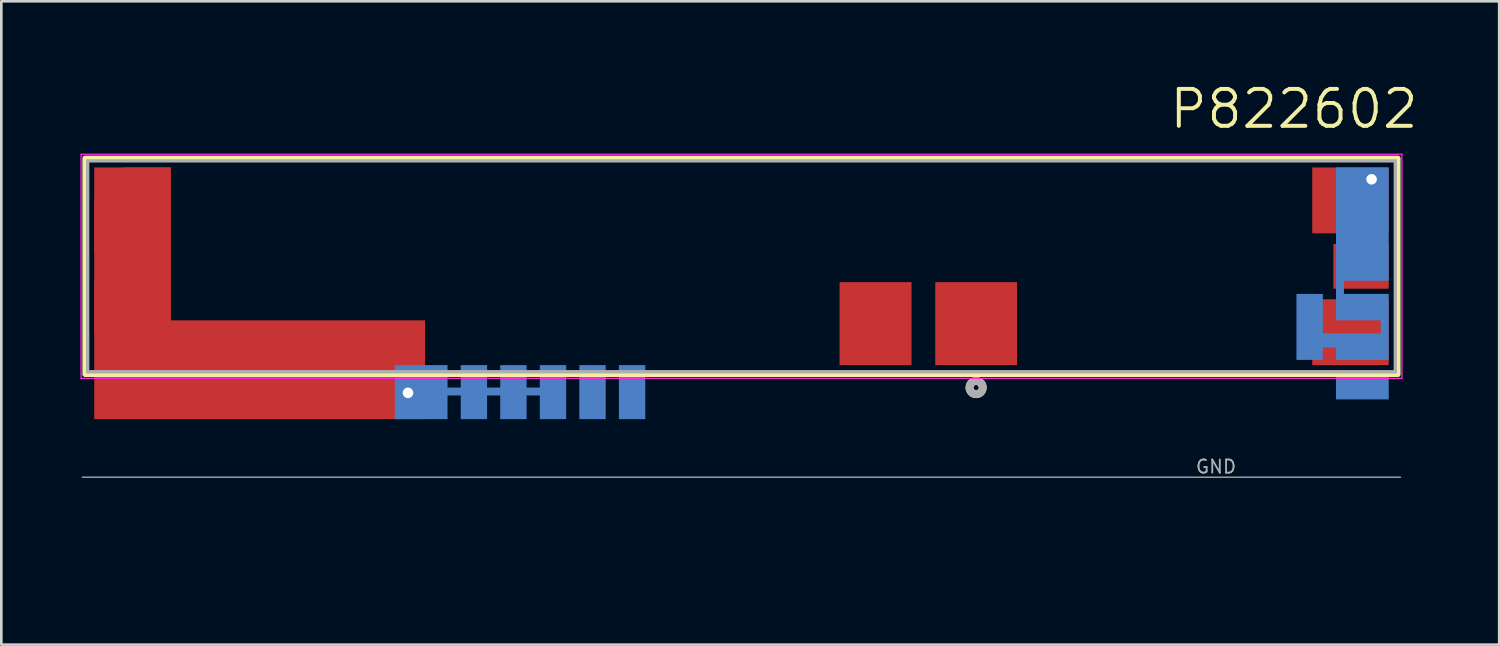
<source format=kicad_pcb>
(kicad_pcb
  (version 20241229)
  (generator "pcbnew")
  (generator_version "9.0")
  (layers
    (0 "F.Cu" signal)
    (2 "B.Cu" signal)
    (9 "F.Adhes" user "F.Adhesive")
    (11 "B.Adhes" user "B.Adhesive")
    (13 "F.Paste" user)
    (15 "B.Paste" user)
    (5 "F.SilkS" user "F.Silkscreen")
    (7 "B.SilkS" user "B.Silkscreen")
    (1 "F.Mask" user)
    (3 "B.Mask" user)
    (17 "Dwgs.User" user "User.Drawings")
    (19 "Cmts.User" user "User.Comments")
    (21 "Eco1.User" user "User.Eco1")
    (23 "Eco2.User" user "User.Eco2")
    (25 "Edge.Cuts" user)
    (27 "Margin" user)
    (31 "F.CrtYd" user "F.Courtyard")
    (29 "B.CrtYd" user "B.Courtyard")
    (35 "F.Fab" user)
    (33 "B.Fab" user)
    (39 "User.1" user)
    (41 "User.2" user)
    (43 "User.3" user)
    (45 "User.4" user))
  (footprint "P822602"
    (layer "F.Cu")
    (at 25.075 7.051)
    (property "Reference" "P822602" (at 20.955 -5.969 0) (layer "F.SilkS") (effects (font (size 1.4 1.4) (thickness 0.15))))
    (attr smd)
    (fp_poly (pts (xy -21.65 2.049) (xy -21.65 -3.75) (xy -24.551 -3.75) (xy -24.551 5.798) (xy -12.001 5.798) (xy -12.001 2.049)) (stroke (width 0) (type solid)) (fill yes) (layer "F.Cu"))
    (fp_poly (pts (xy 21.649 1.249) (xy 21.649 3.748) (xy 24.55 3.748) (xy 24.55 1.249)) (stroke (width 0) (type solid)) (fill yes) (layer "F.Mask"))
    (fp_poly (pts (xy 22.449 -0.852) (xy 22.449 0.85) (xy 24.55 0.85) (xy 24.55 -0.852)) (stroke (width 0) (type solid)) (fill yes) (layer "F.Mask"))
    (fp_poly (pts (xy 23.3 -2.65) (xy 23.3 -3.735) (xy 21.649 -3.735) (xy 21.649 -1.251) (xy 24.55 -1.251) (xy 24.55 -2.65)) (stroke (width 0) (type solid)) (fill yes) (layer "F.Mask"))
    (fp_poly (pts (xy -6.151 3.748) (xy -6.151 5.798) (xy -5.15 5.798) (xy -5.15 3.748)) (stroke (width 0) (type solid)) (fill yes) (layer "B.Cu"))
    (fp_poly (pts (xy -4.65 3.748) (xy -4.65 5.798) (xy -3.649 5.798) (xy -3.649 3.748)) (stroke (width 0) (type solid)) (fill yes) (layer "B.Cu"))
    (fp_poly (pts (xy 21.05 1.048) (xy 21.05 3.55) (xy 22.051 3.55) (xy 22.051 1.048)) (stroke (width 0) (type solid)) (fill yes) (layer "B.Cu"))
    (fp_poly (pts (xy 22.551 4.05) (xy 22.551 5.049) (xy 24.55 5.049) (xy 24.55 4.05)) (stroke (width 0) (type solid)) (fill yes) (layer "B.Cu"))
    (fp_poly (pts (xy 22.63 2.549) (xy 22.63 3.078) (xy 21.868 3.078) (xy 21.868 2.549)) (stroke (width 0) (type solid)) (fill yes) (layer "B.Cu"))
    (fp_poly (pts (xy 22.551 -3.75) (xy 22.551 2.049) (xy 24.245 2.049) (xy 24.245 2.549) (xy 22.551 2.549) (xy 22.551 3.55) (xy 24.55 3.55) (xy 24.55 1.048) (xy 22.851 1.048) (xy 22.851 0.55) (xy 24.55 0.55) (xy 24.55 -3.75)) (stroke (width 0) (type solid)) (fill yes) (layer "B.Cu"))
    (fp_poly (pts (xy -7.65 3.748) (xy -7.65 4.599) (xy -8.15 4.599) (xy -8.15 3.748) (xy -9.151 3.748) (xy -9.151 4.599) (xy -9.649 4.599) (xy -9.649 3.748) (xy -10.649 3.748) (xy -10.649 4.599) (xy -11.15 4.599) (xy -11.15 3.748) (xy -13.149 3.748) (xy -13.149 5.798) (xy -11.15 5.798) (xy -11.15 4.899) (xy -10.649 4.899) (xy -10.649 5.798) (xy -9.649 5.798) (xy -9.649 4.899) (xy -9.151 4.899) (xy -9.151 5.798) (xy -8.15 5.798) (xy -8.15 4.899) (xy -7.65 4.899) (xy -7.65 5.798) (xy -6.649 5.798) (xy -6.649 3.748)) (stroke (width 0) (type solid)) (fill yes) (layer "B.Cu"))
    (fp_rect (start -24.9 -4.1) (end 24.9 4.1) (stroke (width 0.2) (type solid)) (fill no) (layer "F.SilkS"))
    (fp_circle (center 8.9 4.6) (end 8.8 4.6) (stroke (width 0.3) (type solid)) (fill no) (layer "F.SilkS"))
    (fp_poly (pts (xy 23.3 -2.65) (xy 23.3 -3.735) (xy 21.649 -3.735) (xy 21.649 -1.251) (xy 24.55 -1.251) (xy 24.55 -2.65)) (stroke (width 0) (type solid)) (fill yes) (layer "F.Paste"))
    (fp_line (start -25.05 -4.25) (end -25.05 4.25) (stroke (width 0.05) (type solid)) (layer "F.CrtYd"))
    (fp_line (start -25.05 4.25) (end 25.05 4.25) (stroke (width 0.05) (type solid)) (layer "F.CrtYd"))
    (fp_line (start 25.05 -4.25) (end -25.05 -4.25) (stroke (width 0.05) (type solid)) (layer "F.CrtYd"))
    (fp_line (start 25.05 4.25) (end 25.05 -4.25) (stroke (width 0.05) (type solid)) (layer "F.CrtYd"))
    (fp_line (start -24.8 -4) (end -24.8 4) (stroke (width 0.127) (type solid)) (layer "F.Fab"))
    (fp_line (start -24.8 4) (end 24.8 4) (stroke (width 0.127) (type solid)) (layer "F.Fab"))
    (fp_line (start 24.8 -4) (end -24.8 -4) (stroke (width 0.127) (type solid)) (layer "F.Fab"))
    (fp_line (start 24.8 4) (end 24.8 -4) (stroke (width 0.127) (type solid)) (layer "F.Fab"))
    (fp_line (start 25 8) (end -25 8) (stroke (width 0.05) (type solid)) (layer "F.Fab"))
    (fp_circle (center 8.9 4.6) (end 8.8 4.6) (stroke (width 0.3) (type solid)) (fill no) (layer "F.Fab"))
    (fp_poly (pts (xy 3.72 3.83) (xy 3.72 8) (xy 12.5 8) (xy 12.5 6) (xy 5.76 6) (xy 5.76 3.83)) (stroke (width 0.1) (type solid)) (fill no) (layer "User.1"))
    (fp_poly (pts (xy 9.5 10.299) (xy 9.5 10.499) (xy 9 10.499) (xy 9 10.299) (xy 8.5 10.299) (xy 8.5 10.898) (xy 9 10.898) (xy 9 10.7) (xy 9.5 10.7) (xy 9.5 10.898) (xy 9.65 10.898) (xy 9.65 11.3) (xy 9.851 11.3) (xy 9.851 10.898) (xy 10.001 10.898) (xy 10.001 10.299)) (stroke (width 0.1) (type solid)) (fill no) (layer "User.2"))
    (fp_poly (pts (xy 7.349 0.598) (xy 7.349 3.799) (xy 8.251 3.799) (xy 8.251 5.699) (xy 8.649 5.699) (xy 8.649 6.9) (xy 8.5 6.9) (xy 8.5 7.5) (xy 9 7.5) (xy 9 7.299) (xy 9.5 7.299) (xy 9.5 7.5) (xy 10.001 7.5) (xy 10.001 6.9) (xy 9.5 6.9) (xy 9.5 7.098) (xy 9 7.098) (xy 9 6.9) (xy 8.85 6.9) (xy 8.85 5.699) (xy 9.249 5.699) (xy 9.249 3.799) (xy 10.45 3.799) (xy 10.45 0.598)) (stroke (width 0.1) (type solid)) (fill no) (layer "User.2"))
    (fp_poly (pts (xy 9.5 8) (xy 9.5 8.198) (xy 9 8.198) (xy 9 8) (xy 8.5 8) (xy 8.5 8.599) (xy 9 8.599) (xy 9 8.399) (xy 9.5 8.399) (xy 9.5 8.599) (xy 9.65 8.599) (xy 9.65 9.199) (xy 9.5 9.199) (xy 9.5 9.4) (xy 9 9.4) (xy 9 9.199) (xy 8.5 9.199) (xy 8.5 9.798) (xy 9 9.798) (xy 9 9.6) (xy 9.5 9.6) (xy 9.5 9.798) (xy 10.001 9.798) (xy 10.001 9.199) (xy 9.851 9.199) (xy 9.851 8.599) (xy 10.001 8.599) (xy 10.001 8)) (stroke (width 0.1) (type solid)) (fill no) (layer "User.2"))
    (fp_poly (pts (xy 8.901 7.319) (xy 8.901 7.589) (xy 8.601 7.589) (xy 8.601 7.319)) (stroke (width 0.1) (type solid)) (fill no) (layer "User.3"))
    (fp_poly (pts (xy 8.901 7.888) (xy 8.901 8.158) (xy 8.601 8.158) (xy 8.601 7.888)) (stroke (width 0.1) (type solid)) (fill no) (layer "User.3"))
    (fp_poly (pts (xy 8.901 9.631) (xy 8.901 9.9) (xy 8.601 9.9) (xy 8.601 9.631)) (stroke (width 0.1) (type solid)) (fill no) (layer "User.3"))
    (fp_poly (pts (xy 8.901 10.2) (xy 8.901 10.469) (xy 8.601 10.469) (xy 8.601 10.2)) (stroke (width 0.1) (type solid)) (fill no) (layer "User.3"))
    (fp_poly (pts (xy 10.054 7.05) (xy 10.054 7.35) (xy 9.785 7.35) (xy 9.785 7.05)) (stroke (width 0.1) (type solid)) (fill no) (layer "User.3"))
    (fp_poly (pts (xy 10.059 8.147) (xy 10.059 8.447) (xy 9.79 8.447) (xy 9.79 8.147)) (stroke (width 0.1) (type solid)) (fill no) (layer "User.3"))
    (fp_poly (pts (xy 10.059 9.349) (xy 10.059 9.649) (xy 9.79 9.649) (xy 9.79 9.349)) (stroke (width 0.1) (type solid)) (fill no) (layer "User.3"))
    (fp_poly (pts (xy 10.059 10.433) (xy 10.059 10.733) (xy 9.79 10.733) (xy 9.79 10.433)) (stroke (width 0.1) (type solid)) (fill no) (layer "User.3"))
    (fp_poly (pts (xy 10.626 7.05) (xy 10.626 7.35) (xy 10.356 7.35) (xy 10.356 7.05)) (stroke (width 0.1) (type solid)) (fill no) (layer "User.3"))
    (fp_poly (pts (xy 10.63 9.351) (xy 10.63 9.65) (xy 10.361 9.65) (xy 10.361 9.351)) (stroke (width 0.1) (type solid)) (fill no) (layer "User.3"))
    (fp_poly (pts (xy 10.63 10.435) (xy 10.63 10.735) (xy 10.361 10.735) (xy 10.361 10.435)) (stroke (width 0.1) (type solid)) (fill no) (layer "User.3"))
    (fp_poly (pts (xy 10.631 8.147) (xy 10.631 8.447) (xy 10.361 8.447) (xy 10.361 8.147)) (stroke (width 0.1) (type solid)) (fill no) (layer "User.3"))
    (fp_poly (pts (xy 3.91 8) (xy 12.5 8) (xy 12.5 6) (xy 3.91 6)) (stroke (width 0.1) (type solid)) (fill no) (layer "User.4"))
    (fp_poly (pts (xy -11.749 5.275) (xy -11.749 5.798) (xy -11.15 5.798) (xy -11.15 5.275)) (stroke (width 0.1) (type solid)) (fill no) (layer "User.5"))
    (fp_poly (pts (xy -10.649 5.275) (xy -10.649 5.798) (xy -10.05 5.798) (xy -10.05 5.275)) (stroke (width 0.1) (type solid)) (fill no) (layer "User.5"))
    (fp_poly (pts (xy -10.251 3.748) (xy -10.251 4.274) (xy -9.649 4.274) (xy -9.649 3.748)) (stroke (width 0.1) (type solid)) (fill no) (layer "User.5"))
    (fp_poly (pts (xy -9.151 3.748) (xy -9.151 4.274) (xy -8.549 4.274) (xy -8.549 3.748)) (stroke (width 0.1) (type solid)) (fill no) (layer "User.5"))
    (fp_poly (pts (xy -8.75 5.275) (xy -8.75 5.798) (xy -8.15 5.798) (xy -8.15 5.275)) (stroke (width 0.1) (type solid)) (fill no) (layer "User.5"))
    (fp_poly (pts (xy -7.65 5.275) (xy -7.65 5.798) (xy -7.05 5.798) (xy -7.05 5.275)) (stroke (width 0.1) (type solid)) (fill no) (layer "User.5"))
    (fp_poly (pts (xy -7.251 3.748) (xy -7.251 4.269) (xy -6.649 4.269) (xy -6.649 3.748)) (stroke (width 0.1) (type solid)) (fill no) (layer "User.5"))
    (fp_poly (pts (xy -6.151 3.748) (xy -6.151 4.269) (xy -5.549 4.269) (xy -5.549 3.748)) (stroke (width 0.1) (type solid)) (fill no) (layer "User.5"))
    (fp_poly (pts (xy -5.75 5.28) (xy -5.75 5.798) (xy -5.15 5.798) (xy -5.15 5.28)) (stroke (width 0.1) (type solid)) (fill no) (layer "User.5"))
    (fp_poly (pts (xy -4.65 5.28) (xy -4.65 5.798) (xy -4.051 5.798) (xy -4.051 5.28)) (stroke (width 0.1) (type solid)) (fill no) (layer "User.5"))
    (fp_poly (pts (xy 21.53 1.449) (xy 21.53 2.049) (xy 22.051 2.049) (xy 22.051 1.449)) (stroke (width 0.1) (type solid)) (fill no) (layer "User.5"))
    (fp_poly (pts (xy 21.53 2.549) (xy 21.53 3.149) (xy 22.051 3.149) (xy 22.051 2.549)) (stroke (width 0.1) (type solid)) (fill no) (layer "User.5"))
    (fp_poly (pts (xy 22.551 2.049) (xy 23.074 2.049) (xy 23.074 1.449) (xy 22.551 1.449)) (stroke (width 0.1) (type solid)) (fill no) (layer "User.5"))
    (fp_poly (pts (xy 22.551 3.149) (xy 23.074 3.149) (xy 23.074 2.549) (xy 22.551 2.549)) (stroke (width 0.1) (type solid)) (fill no) (layer "User.5"))
    (fp_poly (pts (xy 24.024 0.55) (xy 24.55 0.55) (xy 24.55 -0.052) (xy 24.024 -0.052)) (stroke (width 0.1) (type solid)) (fill no) (layer "User.5"))
    (fp_poly (pts (xy 24.024 1.65) (xy 24.55 1.65) (xy 24.55 1.048) (xy 24.024 1.048)) (stroke (width 0.1) (type solid)) (fill no) (layer "User.5"))
    (fp_poly (pts (xy 24.024 3.55) (xy 24.55 3.55) (xy 24.55 2.961) (xy 24.024 2.961)) (stroke (width 0.1) (type solid)) (fill no) (layer "User.5"))
    (fp_poly (pts (xy 24.024 4.65) (xy 24.55 4.65) (xy 24.55 4.05) (xy 24.024 4.05)) (stroke (width 0.1) (type solid)) (fill no) (layer "User.5"))
    (fp_text user "GND" (at 18 7.6 0) (unlocked yes) (layer "F.Fab") (effects (font (size 0.5 0.5) (thickness 0.07))))
    (pad "1" smd rect (at 8.9 2.175 180) (size 3.1 3.15) (layers "F.Cu" "F.Mask" "F.Paste"))
    (pad "2" smd rect (at 5.085 2.175) (size 2.73 3.15) (layers "F.Cu" "F.Mask" "F.Paste"))
    (pad "3" smd rect (at -22.55 0 270) (size 7.5 1.8) (layers "F.Cu" "F.Mask" "F.Paste"))
    (pad "3_1" smd rect (at -24 -1.55 270) (size 2 1.1) (layers "F.Cu" "F.Mask" "F.Paste"))
    (pad "3_2" smd rect (at -24 1.55 270) (size 2 1.1) (layers "F.Cu" "F.Mask" "F.Paste"))
    (pad "4" smd rect (at -15.5 3.15) (size 2.4 1.2) (layers "F.Cu" "F.Mask" "F.Paste"))
    (pad "4" thru_hole circle (at -12.65 4.8) (size 0.8 0.8) (drill 0.4) (layers "*.Cu"))
    (pad "5" smd rect (at 23.1 -2.5) (size 2.9 2.5) (layers "F.Cu"))
    (pad "5" thru_hole circle (at 23.9 -3.3) (size 0.8 0.8) (drill 0.4) (layers "*.Cu"))
    (pad "6" smd rect (at 23.5 0) (size 2.1 1.7) (layers "F.Cu" "F.Mask" "F.Paste"))
    (pad "7" smd rect (at 23.1 2.5) (size 2.9 2.5) (layers "F.Cu" "F.Mask" "F.Paste")))
  (gr_rect
    (start -3 -3)
    (end 53.815 21.401)
    (stroke (width 0.1) (type default))
    (fill no)
    (layer "Edge.Cuts")))
</source>
